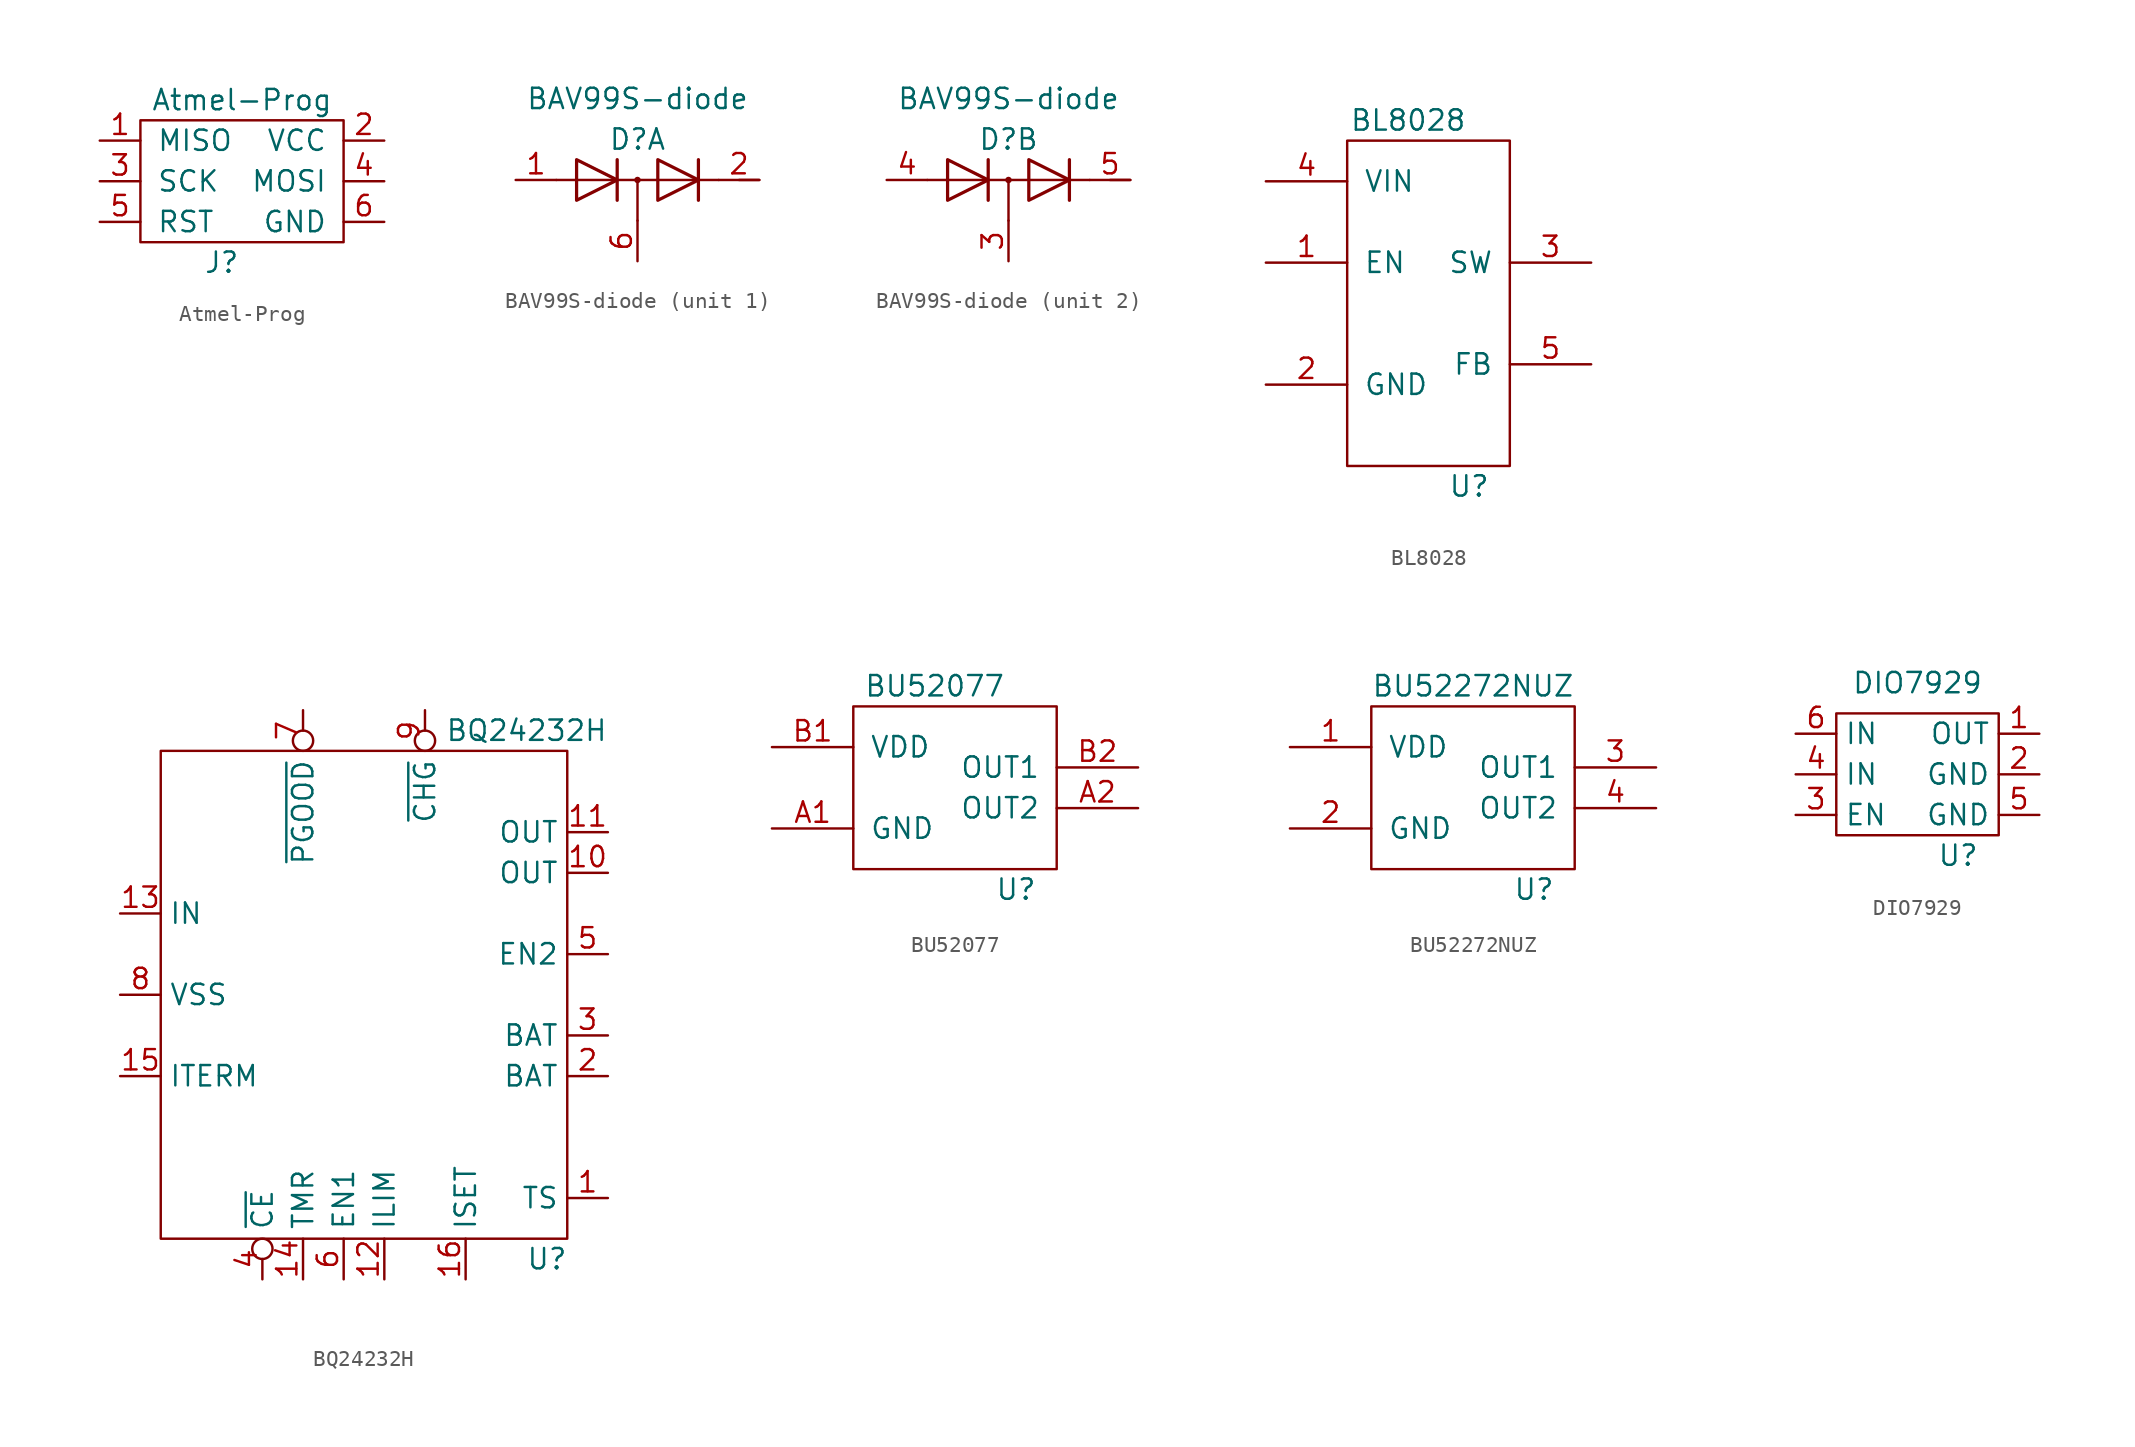
<source format=kicad_sym>
(kicad_symbol_lib
  (version 20231120)
  (generator "kicad_symbol_editor")
  (generator_version "8.0")
  (symbol "Atmel-Prog"
    (pin_names
      (offset 1.016))
    (property "Reference" "J"
      (at -1.27 -5.08 0)
      (effects (font (size 1.27 1.27))))
    (property "Value" "Atmel-Prog"
      (at 0 5.08 0)
      (effects (font (size 1.27 1.27))))
    (symbol "Atmel-Prog_0_1"
      (rectangle (start -6.35 3.81) (end 6.35 -3.81) (stroke (width 0) (type default)) (fill (type none))))
    (symbol "Atmel-Prog_1_1"
      (pin passive line (at -8.89 2.54 0) (length 2.54) (name "MISO" (effects (font (size 1.27 1.27)))) (number "1" (effects (font (size 1.27 1.27)))))
      (pin passive line (at 8.89 2.54 180) (length 2.54) (name "VCC" (effects (font (size 1.27 1.27)))) (number "2" (effects (font (size 1.27 1.27)))))
      (pin passive line (at -8.89 0 0) (length 2.54) (name "SCK" (effects (font (size 1.27 1.27)))) (number "3" (effects (font (size 1.27 1.27)))))
      (pin passive line (at 8.89 0 180) (length 2.54) (name "MOSI" (effects (font (size 1.27 1.27)))) (number "4" (effects (font (size 1.27 1.27)))))
      (pin passive line (at -8.89 -2.54 0) (length 2.54) (name "RST" (effects (font (size 1.27 1.27)))) (number "5" (effects (font (size 1.27 1.27)))))
      (pin passive line (at 8.89 -2.54 180) (length 2.54) (name "GND" (effects (font (size 1.27 1.27)))) (number "6" (effects (font (size 1.27 1.27)))))))
  (symbol "BAV99S-diode"
    (pin_names
      (offset 0.025) hide)
    (property "Reference" "D"
      (at 0 2.54 0)
      (effects (font (size 1.27 1.27))))
    (property "Value" "BAV99S-diode"
      (at 0 5.08 0)
      (effects (font (size 1.27 1.27))))
    (property "ki_locked" ""
      (at 0 0 0)
      (effects (font (size 1.27 1.27))))
    (symbol "BAV99S-diode_0_1"
      (polyline (pts (xy -5.08 0) (xy 5.08 0)) (stroke (width 0) (type default)) (fill (type none)))
      (polyline (pts (xy 0 0) (xy 0 -2.54)) (stroke (width 0) (type default)) (fill (type none)))
      (polyline (pts (xy -1.27 -1.27) (xy -1.27 1.27) (xy -1.27 1.27)) (stroke (width 0.203) (type default)) (fill (type none)))
      (polyline (pts (xy 3.81 1.27) (xy 3.81 -1.27) (xy 3.81 -1.27)) (stroke (width 0.203) (type default)) (fill (type none)))
      (polyline (pts (xy -3.81 1.27) (xy -1.27 0) (xy -3.81 -1.27) (xy -3.81 1.27) (xy -3.81 1.27) (xy -3.81 1.27)) (stroke (width 0.203) (type default)) (fill (type none)))
      (polyline (pts (xy 1.27 1.27) (xy 3.81 0) (xy 1.27 -1.27) (xy 1.27 1.27) (xy 1.27 1.27) (xy 1.27 1.27)) (stroke (width 0.203) (type default)) (fill (type none)))
      (circle (center 0 0) (radius 0.127) (stroke (width 0) (type default)) (fill (type none))))
    (symbol "BAV99S-diode_1_1"
      (polyline (pts (xy 6.35 0) (xy 7.62 0)) (stroke (width 0) (type default)) (fill (type none)))
      (pin passive line (at -7.62 0 0) (length 2.54) (name "A1" (effects (font (size 1.27 1.27)))) (number "1" (effects (font (size 1.27 1.27)))))
      (pin passive line (at 7.62 0 180) (length 2.54) (name "K2" (effects (font (size 1.27 1.27)))) (number "2" (effects (font (size 1.27 1.27)))))
      (pin passive line (at 0 -5.08 90) (length 2.54) (name "K3A4" (effects (font (size 1.27 1.27)))) (number "6" (effects (font (size 1.27 1.27))))))
    (symbol "BAV99S-diode_2_1"
      (polyline (pts (xy 6.35 0) (xy 7.62 0)) (stroke (width 0) (type default)) (fill (type none)))
      (pin passive line (at 0 -5.08 90) (length 2.54) (name "K1A2" (effects (font (size 1.27 1.27)))) (number "3" (effects (font (size 1.27 1.27)))))
      (pin passive line (at -7.62 0 0) (length 2.54) (name "A3" (effects (font (size 1.27 1.27)))) (number "4" (effects (font (size 1.27 1.27)))))
      (pin passive line (at 7.62 0 180) (length 2.54) (name "K4" (effects (font (size 1.27 1.27)))) (number "5" (effects (font (size 1.27 1.27)))))))
  (symbol "BL8028"
    (pin_names
      (offset 1.016))
    (property "Reference" "U"
      (at 2.54 -11.43 0)
      (effects (font (size 1.27 1.27))))
    (property "Value" "BL8028"
      (at -1.27 11.43 0)
      (effects (font (size 1.27 1.27))))
    (symbol "BL8028_0_1"
      (rectangle (start -5.08 10.16) (end 5.08 -10.16) (stroke (width 0) (type default)) (fill (type none))))
    (symbol "BL8028_1_1"
      (pin input line (at -10.16 2.54 0) (length 5.08) (name "EN" (effects (font (size 1.27 1.27)))) (number "1" (effects (font (size 1.27 1.27)))))
      (pin power_in line (at -10.16 -5.08 0) (length 5.08) (name "GND" (effects (font (size 1.27 1.27)))) (number "2" (effects (font (size 1.27 1.27)))))
      (pin power_out line (at 10.16 2.54 180) (length 5.08) (name "SW" (effects (font (size 1.27 1.27)))) (number "3" (effects (font (size 1.27 1.27)))))
      (pin power_in line (at -10.16 7.62 0) (length 5.08) (name "VIN" (effects (font (size 1.27 1.27)))) (number "4" (effects (font (size 1.27 1.27)))))
      (pin input line (at 10.16 -3.81 180) (length 5.08) (name "FB" (effects (font (size 1.27 1.27)))) (number "5" (effects (font (size 1.27 1.27)))))))
  (symbol "BQ24232H"
    (property "Reference" "U"
      (at 11.43 -16.51 0)
      (effects (font (size 1.27 1.27))))
    (property "Value" "BQ24232H"
      (at 10.16 16.51 0)
      (effects (font (size 1.27 1.27))))
    (symbol "BQ24232H_0_1"
      (rectangle (start -12.7 15.24) (end 12.7 -15.24) (stroke (width 0) (type default)) (fill (type none))))
    (symbol "BQ24232H_1_1"
      (pin input line (at 15.24 -12.7 180) (length 2.54) (name "TS" (effects (font (size 1.27 1.27)))) (number "1" (effects (font (size 1.27 1.27)))))
      (pin output line (at 15.24 7.62 180) (length 2.54) (name "OUT" (effects (font (size 1.27 1.27)))) (number "10" (effects (font (size 1.27 1.27)))))
      (pin output line (at 15.24 10.16 180) (length 2.54) (name "OUT" (effects (font (size 1.27 1.27)))) (number "11" (effects (font (size 1.27 1.27)))))
      (pin input line (at 1.27 -17.78 90) (length 2.54) (name "ILIM" (effects (font (size 1.27 1.27)))) (number "12" (effects (font (size 1.27 1.27)))))
      (pin power_in line (at -15.24 5.08 0) (length 2.54) (name "IN" (effects (font (size 1.27 1.27)))) (number "13" (effects (font (size 1.27 1.27)))))
      (pin input line (at -3.81 -17.78 90) (length 2.54) (name "TMR" (effects (font (size 1.27 1.27)))) (number "14" (effects (font (size 1.27 1.27)))))
      (pin input line (at -15.24 -5.08 0) (length 2.54) (name "ITERM" (effects (font (size 1.27 1.27)))) (number "15" (effects (font (size 1.27 1.27)))))
      (pin input line (at 6.35 -17.78 90) (length 2.54) (name "ISET" (effects (font (size 1.27 1.27)))) (number "16" (effects (font (size 1.27 1.27)))))
      (pin power_in line (at 15.24 -5.08 180) (length 2.54) (name "BAT" (effects (font (size 1.27 1.27)))) (number "2" (effects (font (size 1.27 1.27)))))
      (pin power_in line (at 15.24 -2.54 180) (length 2.54) (name "BAT" (effects (font (size 1.27 1.27)))) (number "3" (effects (font (size 1.27 1.27)))))
      (pin input inverted (at -6.35 -17.78 90) (length 2.54) (name "~{CE}" (effects (font (size 1.27 1.27)))) (number "4" (effects (font (size 1.27 1.27)))))
      (pin input line (at 15.24 2.54 180) (length 2.54) (name "EN2" (effects (font (size 1.27 1.27)))) (number "5" (effects (font (size 1.27 1.27)))))
      (pin input line (at -1.27 -17.78 90) (length 2.54) (name "EN1" (effects (font (size 1.27 1.27)))) (number "6" (effects (font (size 1.27 1.27)))))
      (pin input inverted (at -3.81 17.78 270) (length 2.54) (name "~{PGOOD}" (effects (font (size 1.27 1.27)))) (number "7" (effects (font (size 1.27 1.27)))))
      (pin power_in line (at -15.24 0 0) (length 2.54) (name "VSS" (effects (font (size 1.27 1.27)))) (number "8" (effects (font (size 1.27 1.27)))))
      (pin output inverted (at 3.81 17.78 270) (length 2.54) (name "~{CHG}" (effects (font (size 1.27 1.27)))) (number "9" (effects (font (size 1.27 1.27)))))))
  (symbol "BU52077"
    (pin_names
      (offset 1.016))
    (property "Reference" "U"
      (at 3.81 -6.35 0)
      (effects (font (size 1.27 1.27))))
    (property "Value" "BU52077"
      (at -1.27 6.35 0)
      (effects (font (size 1.27 1.27))))
    (symbol "BU52077_0_1"
      (rectangle (start -6.35 5.08) (end 6.35 -5.08) (stroke (width 0) (type default)) (fill (type none))))
    (symbol "BU52077_1_1"
      (pin power_in line (at -11.43 -2.54 0) (length 5.08) (name "GND" (effects (font (size 1.27 1.27)))) (number "A1" (effects (font (size 1.27 1.27)))))
      (pin output line (at 11.43 -1.27 180) (length 5.08) (name "OUT2" (effects (font (size 1.27 1.27)))) (number "A2" (effects (font (size 1.27 1.27)))))
      (pin power_in line (at -11.43 2.54 0) (length 5.08) (name "VDD" (effects (font (size 1.27 1.27)))) (number "B1" (effects (font (size 1.27 1.27)))))
      (pin output line (at 11.43 1.27 180) (length 5.08) (name "OUT1" (effects (font (size 1.27 1.27)))) (number "B2" (effects (font (size 1.27 1.27)))))))
  (symbol "BU52272NUZ"
    (pin_names
      (offset 1.016))
    (property "Reference" "U"
      (at 3.81 -6.35 0)
      (effects (font (size 1.27 1.27))))
    (property "Value" "BU52272NUZ"
      (at 0 6.35 0)
      (effects (font (size 1.27 1.27))))
    (symbol "BU52272NUZ_1_1"
      (rectangle (start -6.35 5.08) (end 6.35 -5.08) (stroke (width 0) (type default)) (fill (type none)))
      (pin power_in line (at -11.43 2.54 0) (length 5.08) (name "VDD" (effects (font (size 1.27 1.27)))) (number "1" (effects (font (size 1.27 1.27)))))
      (pin power_in line (at -11.43 -2.54 0) (length 5.08) (name "GND" (effects (font (size 1.27 1.27)))) (number "2" (effects (font (size 1.27 1.27)))))
      (pin output line (at 11.43 1.27 180) (length 5.08) (name "OUT1" (effects (font (size 1.27 1.27)))) (number "3" (effects (font (size 1.27 1.27)))))
      (pin output line (at 11.43 -1.27 180) (length 5.08) (name "OUT2" (effects (font (size 1.27 1.27)))) (number "4" (effects (font (size 1.27 1.27)))))))
  (symbol "DIO7929"
    (property "Reference" "U"
      (at 2.54 -5.08 0)
      (effects (font (size 1.27 1.27))))
    (property "Value" "DIO7929"
      (at 0 5.715 0)
      (effects (font (size 1.27 1.27))))
    (symbol "DIO7929_0_1"
      (rectangle (start -5.08 3.81) (end 5.08 -3.81) (stroke (width 0) (type default)) (fill (type none))))
    (symbol "DIO7929_1_1"
      (pin power_out line (at 7.62 2.54 180) (length 2.54) (name "OUT" (effects (font (size 1.27 1.27)))) (number "1" (effects (font (size 1.27 1.27)))))
      (pin power_in line (at 7.62 0 180) (length 2.54) (name "GND" (effects (font (size 1.27 1.27)))) (number "2" (effects (font (size 1.27 1.27)))))
      (pin input line (at -7.62 -2.54 0) (length 2.54) (name "EN" (effects (font (size 1.27 1.27)))) (number "3" (effects (font (size 1.27 1.27)))))
      (pin power_in line (at -7.62 0 0) (length 2.54) (name "IN" (effects (font (size 1.27 1.27)))) (number "4" (effects (font (size 1.27 1.27)))))
      (pin power_in line (at 7.62 -2.54 180) (length 2.54) (name "GND" (effects (font (size 1.27 1.27)))) (number "5" (effects (font (size 1.27 1.27)))))
      (pin power_in line (at -7.62 2.54 0) (length 2.54) (name "IN" (effects (font (size 1.27 1.27)))) (number "6" (effects (font (size 1.27 1.27))))))))
</source>
